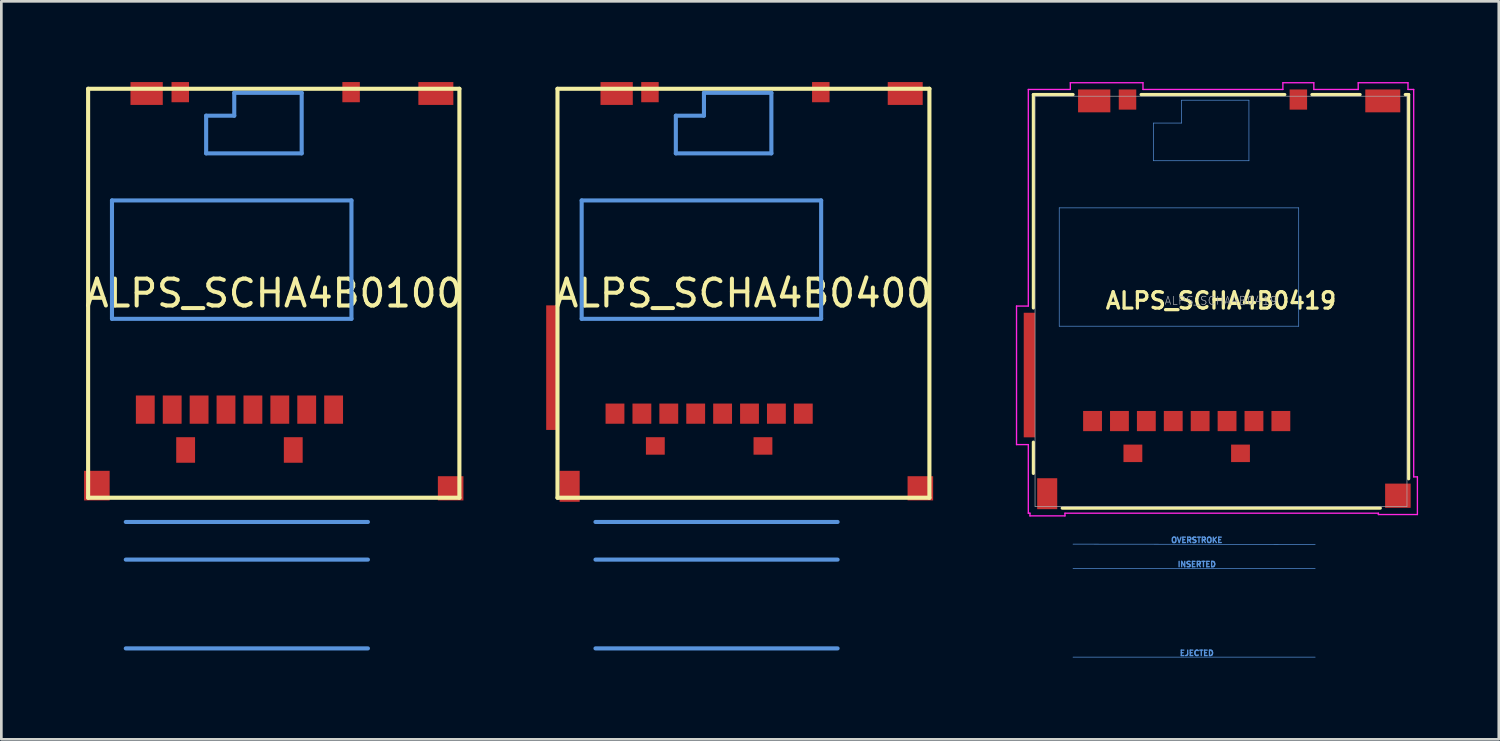
<source format=kicad_pcb>
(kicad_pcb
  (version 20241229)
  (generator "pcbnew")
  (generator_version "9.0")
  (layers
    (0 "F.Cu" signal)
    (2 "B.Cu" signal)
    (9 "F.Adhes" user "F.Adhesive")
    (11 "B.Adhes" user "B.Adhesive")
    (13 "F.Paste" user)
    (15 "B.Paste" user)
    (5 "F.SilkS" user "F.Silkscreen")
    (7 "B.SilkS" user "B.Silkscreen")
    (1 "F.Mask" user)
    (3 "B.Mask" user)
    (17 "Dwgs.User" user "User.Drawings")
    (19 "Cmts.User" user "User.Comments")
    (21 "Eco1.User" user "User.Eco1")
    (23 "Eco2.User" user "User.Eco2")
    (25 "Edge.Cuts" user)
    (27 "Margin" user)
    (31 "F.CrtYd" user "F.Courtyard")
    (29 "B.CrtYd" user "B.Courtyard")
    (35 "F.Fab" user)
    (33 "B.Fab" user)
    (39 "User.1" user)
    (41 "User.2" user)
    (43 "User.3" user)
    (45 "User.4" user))
  (footprint "ALPS_SCHA4B0400"
    (layer "F.Cu")
    (at 24.583 7.85)
    (property "Reference" "ALPS_SCHA4B0400" (at 0 0 0) (layer "F.SilkS") (effects (font (size 1 1) (thickness 0.15))))
    (attr through_hole)
    (fp_line (start -6.912 -7.6) (end 6.912 -7.6) (stroke (width 0.152) (type solid)) (layer "F.SilkS"))
    (fp_line (start -6.912 7.6) (end -6.912 -7.6) (stroke (width 0.152) (type solid)) (layer "F.SilkS"))
    (fp_line (start 6.912 -7.6) (end 6.912 7.6) (stroke (width 0.152) (type solid)) (layer "F.SilkS"))
    (fp_line (start 6.912 7.6) (end -6.912 7.6) (stroke (width 0.152) (type solid)) (layer "F.SilkS"))
    (fp_line (start -6.013 -3.45) (end 2.888 -3.45) (stroke (width 0.152) (type solid)) (layer "Cmts.User"))
    (fp_line (start -6.013 0.95) (end -6.013 -3.45) (stroke (width 0.152) (type solid)) (layer "Cmts.User"))
    (fp_line (start -5.5 8.5) (end 3.5 8.5) (stroke (width 0.152) (type solid)) (layer "Cmts.User"))
    (fp_line (start -5.5 9.9) (end 3.5 9.9) (stroke (width 0.152) (type solid)) (layer "Cmts.User"))
    (fp_line (start -5.5 13.2) (end 3.5 13.2) (stroke (width 0.152) (type solid)) (layer "Cmts.User"))
    (fp_line (start -2.513 -6.6) (end -2.513 -5.2) (stroke (width 0.152) (type solid)) (layer "Cmts.User"))
    (fp_line (start -2.513 -5.2) (end 1.038 -5.2) (stroke (width 0.152) (type solid)) (layer "Cmts.User"))
    (fp_line (start -1.468 -7.45) (end -1.468 -6.6) (stroke (width 0.152) (type solid)) (layer "Cmts.User"))
    (fp_line (start -1.468 -6.6) (end -2.513 -6.6) (stroke (width 0.152) (type solid)) (layer "Cmts.User"))
    (fp_line (start 1.038 -7.45) (end -1.468 -7.45) (stroke (width 0.152) (type solid)) (layer "Cmts.User"))
    (fp_line (start 1.038 -5.2) (end 1.038 -7.45) (stroke (width 0.152) (type solid)) (layer "Cmts.User"))
    (fp_line (start 2.888 -3.45) (end 2.888 0.95) (stroke (width 0.152) (type solid)) (layer "Cmts.User"))
    (fp_line (start 2.888 0.95) (end -6.013 0.95) (stroke (width 0.152) (type solid)) (layer "Cmts.User"))
    (pad "0" smd rect (at -3.275 5.675) (size 0.7 0.65) (layers "F.Cu" "F.Mask" "F.Paste"))
    (pad "0" smd rect (at 0.725 5.675) (size 0.7 0.65) (layers "F.Cu" "F.Mask" "F.Paste"))
    (pad "1" smd rect (at 2.225 4.475) (size 0.7 0.75) (layers "F.Cu" "F.Mask" "F.Paste"))
    (pad "2" smd rect (at 1.225 4.475) (size 0.7 0.75) (layers "F.Cu" "F.Mask" "F.Paste"))
    (pad "3" smd rect (at 0.225 4.475) (size 0.7 0.75) (layers "F.Cu" "F.Mask" "F.Paste"))
    (pad "4" smd rect (at -0.775 4.475) (size 0.7 0.75) (layers "F.Cu" "F.Mask" "F.Paste"))
    (pad "5" smd rect (at -1.775 4.475) (size 0.7 0.75) (layers "F.Cu" "F.Mask" "F.Paste"))
    (pad "6" smd rect (at -2.775 4.475) (size 0.7 0.75) (layers "F.Cu" "F.Mask" "F.Paste"))
    (pad "7" smd rect (at -3.775 4.475) (size 0.7 0.75) (layers "F.Cu" "F.Mask" "F.Paste"))
    (pad "8" smd rect (at -4.775 4.475) (size 0.7 0.75) (layers "F.Cu" "F.Mask" "F.Paste"))
    (pad "A" smd rect (at -3.475 -7.475) (size 0.65 0.75) (layers "F.Cu" "F.Mask" "F.Paste"))
    (pad "B" smd rect (at 2.875 -7.475) (size 0.65 0.75) (layers "F.Cu" "F.Mask" "F.Paste"))
    (pad "SH" smd rect (at -7.122 2.765) (size 0.42 4.63) (layers "F.Cu" "F.Mask" "F.Paste"))
    (pad "SH" smd rect (at -6.46 7.175) (size 0.745 1.15) (layers "F.Cu" "F.Mask" "F.Paste"))
    (pad "SH" smd rect (at -4.713 -7.425) (size 1.2 0.85) (layers "F.Cu" "F.Mask" "F.Paste"))
    (pad "SH" smd rect (at 6.013 -7.425) (size 1.3 0.85) (layers "F.Cu" "F.Mask" "F.Paste"))
    (pad "SH" smd rect (at 6.575 7.25) (size 0.95 0.9) (layers "F.Cu" "F.Mask" "F.Paste")))
  (footprint "ALPS_SCHA4B0100"
    (layer "F.Cu")
    (at 7.125 7.85)
    (property "Reference" "ALPS_SCHA4B0100" (at 0 0 0) (layer "F.SilkS") (effects (font (size 1 1) (thickness 0.15))))
    (attr through_hole)
    (fp_line (start -6.9 -7.6) (end 6.9 -7.6) (stroke (width 0.152) (type solid)) (layer "F.SilkS"))
    (fp_line (start -6.9 7.6) (end -6.9 -7.6) (stroke (width 0.152) (type solid)) (layer "F.SilkS"))
    (fp_line (start 6.9 -7.6) (end 6.9 7.6) (stroke (width 0.152) (type solid)) (layer "F.SilkS"))
    (fp_line (start 6.9 7.6) (end -6.9 7.6) (stroke (width 0.152) (type solid)) (layer "F.SilkS"))
    (fp_line (start -6.013 -3.45) (end 2.888 -3.45) (stroke (width 0.152) (type solid)) (layer "Cmts.User"))
    (fp_line (start -6.013 0.95) (end -6.013 -3.45) (stroke (width 0.152) (type solid)) (layer "Cmts.User"))
    (fp_line (start -5.5 8.5) (end 3.5 8.5) (stroke (width 0.152) (type solid)) (layer "Cmts.User"))
    (fp_line (start -5.5 9.9) (end 3.5 9.9) (stroke (width 0.152) (type solid)) (layer "Cmts.User"))
    (fp_line (start -5.5 13.2) (end 3.5 13.2) (stroke (width 0.152) (type solid)) (layer "Cmts.User"))
    (fp_line (start -2.513 -6.6) (end -2.513 -5.2) (stroke (width 0.152) (type solid)) (layer "Cmts.User"))
    (fp_line (start -2.513 -5.2) (end 1.038 -5.2) (stroke (width 0.152) (type solid)) (layer "Cmts.User"))
    (fp_line (start -1.468 -7.45) (end -1.468 -6.6) (stroke (width 0.152) (type solid)) (layer "Cmts.User"))
    (fp_line (start -1.468 -6.6) (end -2.513 -6.6) (stroke (width 0.152) (type solid)) (layer "Cmts.User"))
    (fp_line (start 1.038 -7.45) (end -1.468 -7.45) (stroke (width 0.152) (type solid)) (layer "Cmts.User"))
    (fp_line (start 1.038 -5.2) (end 1.038 -7.45) (stroke (width 0.152) (type solid)) (layer "Cmts.User"))
    (fp_line (start 2.888 -3.45) (end 2.888 0.95) (stroke (width 0.152) (type solid)) (layer "Cmts.User"))
    (fp_line (start 2.888 0.95) (end -6.013 0.95) (stroke (width 0.152) (type solid)) (layer "Cmts.User"))
    (pad "0" smd rect (at -3.275 5.825) (size 0.7 0.95) (layers "F.Cu" "F.Mask" "F.Paste"))
    (pad "0" smd rect (at 0.725 5.825) (size 0.7 0.95) (layers "F.Cu" "F.Mask" "F.Paste"))
    (pad "1" smd rect (at 2.225 4.325) (size 0.7 1.05) (layers "F.Cu" "F.Mask" "F.Paste"))
    (pad "2" smd rect (at 1.225 4.325) (size 0.7 1.05) (layers "F.Cu" "F.Mask" "F.Paste"))
    (pad "3" smd rect (at 0.225 4.325) (size 0.7 1.05) (layers "F.Cu" "F.Mask" "F.Paste"))
    (pad "4" smd rect (at -0.775 4.325) (size 0.7 1.05) (layers "F.Cu" "F.Mask" "F.Paste"))
    (pad "5" smd rect (at -1.775 4.325) (size 0.7 1.05) (layers "F.Cu" "F.Mask" "F.Paste"))
    (pad "6" smd rect (at -2.775 4.325) (size 0.7 1.05) (layers "F.Cu" "F.Mask" "F.Paste"))
    (pad "7" smd rect (at -3.775 4.325) (size 0.7 1.05) (layers "F.Cu" "F.Mask" "F.Paste"))
    (pad "8" smd rect (at -4.775 4.325) (size 0.7 1.05) (layers "F.Cu" "F.Mask" "F.Paste"))
    (pad "A" smd rect (at -3.475 -7.475) (size 0.65 0.75) (layers "F.Cu" "F.Mask" "F.Paste"))
    (pad "B" smd rect (at 2.875 -7.475) (size 0.65 0.75) (layers "F.Cu" "F.Mask" "F.Paste"))
    (pad "SH" smd rect (at -6.575 7.15) (size 0.95 1.1) (layers "F.Cu" "F.Mask" "F.Paste"))
    (pad "SH" smd rect (at -4.725 -7.425) (size 1.2 0.85) (layers "F.Cu" "F.Mask" "F.Paste"))
    (pad "SH" smd rect (at 6.025 -7.425) (size 1.3 0.85) (layers "F.Cu" "F.Mask" "F.Paste"))
    (pad "SH" smd rect (at 6.575 7.25) (size 0.95 0.9) (layers "F.Cu" "F.Mask" "F.Paste")))
  (footprint "ALPS_SCHA4B0419"
    (layer "F.Cu")
    (at 42.333 8.125)
    (property "Reference" "ALPS_SCHA4B0419" (at 0 0 0) (layer "F.SilkS") (effects (font (size 0.61 0.61) (thickness 0.12))))
    (attr through_hole)
    (fp_line (start -6.973 -7.66) (end -5.5 -7.66) (stroke (width 0.12) (type solid)) (layer "F.SilkS"))
    (fp_line (start -6.973 0.27) (end -6.973 -7.66) (stroke (width 0.12) (type solid)) (layer "F.SilkS"))
    (fp_line (start -6.973 6.42) (end -6.973 5.26) (stroke (width 0.12) (type solid)) (layer "F.SilkS"))
    (fp_line (start -2.97 -7.66) (end 2.37 -7.66) (stroke (width 0.12) (type solid)) (layer "F.SilkS"))
    (fp_line (start 3.38 -7.66) (end 5.17 -7.66) (stroke (width 0.12) (type solid)) (layer "F.SilkS"))
    (fp_line (start 5.92 7.71) (end -5.9 7.71) (stroke (width 0.12) (type solid)) (layer "F.SilkS"))
    (fp_line (start 6.973 -7.66) (end 6.85 -7.66) (stroke (width 0.12) (type solid)) (layer "F.SilkS"))
    (fp_line (start 6.973 -7.66) (end 6.973 6.62) (stroke (width 0.12) (type solid)) (layer "F.SilkS"))
    (fp_line (start -6.013 -3.45) (end 2.888 -3.45) (stroke (width 0.025) (type solid)) (layer "Cmts.User"))
    (fp_line (start -6.013 0.95) (end -6.013 -3.45) (stroke (width 0.025) (type solid)) (layer "Cmts.User"))
    (fp_line (start -5.5 9.05) (end 3.5 9.06) (stroke (width 0.025) (type solid)) (layer "Cmts.User"))
    (fp_line (start -5.5 9.95) (end 3.5 9.95) (stroke (width 0.025) (type solid)) (layer "Cmts.User"))
    (fp_line (start -5.5 13.25) (end 3.5 13.25) (stroke (width 0.025) (type solid)) (layer "Cmts.User"))
    (fp_line (start -2.513 -6.6) (end -2.513 -5.2) (stroke (width 0.025) (type solid)) (layer "Cmts.User"))
    (fp_line (start -2.513 -5.2) (end 1.038 -5.2) (stroke (width 0.025) (type solid)) (layer "Cmts.User"))
    (fp_line (start -1.468 -7.45) (end -1.468 -6.6) (stroke (width 0.025) (type solid)) (layer "Cmts.User"))
    (fp_line (start -1.468 -6.6) (end -2.513 -6.6) (stroke (width 0.025) (type solid)) (layer "Cmts.User"))
    (fp_line (start 1.038 -7.45) (end -1.468 -7.45) (stroke (width 0.025) (type solid)) (layer "Cmts.User"))
    (fp_line (start 1.038 -5.2) (end 1.038 -7.45) (stroke (width 0.025) (type solid)) (layer "Cmts.User"))
    (fp_line (start 2.888 -3.45) (end 2.888 0.95) (stroke (width 0.025) (type solid)) (layer "Cmts.User"))
    (fp_line (start 2.888 0.95) (end -6.013 0.95) (stroke (width 0.025) (type solid)) (layer "Cmts.User"))
    (fp_line (start -7.6 0.2) (end -7.6 5.35) (stroke (width 0.05) (type solid)) (layer "F.CrtYd"))
    (fp_line (start -7.6 5.35) (end -7.162 5.35) (stroke (width 0.05) (type solid)) (layer "F.CrtYd"))
    (fp_line (start -7.162 -7.85) (end -7.162 0.2) (stroke (width 0.05) (type solid)) (layer "F.CrtYd"))
    (fp_line (start -7.162 0.2) (end -7.6 0.2) (stroke (width 0.05) (type solid)) (layer "F.CrtYd"))
    (fp_line (start -7.162 5.35) (end -7.162 7.9) (stroke (width 0.05) (type solid)) (layer "F.CrtYd"))
    (fp_line (start -7.162 7.9) (end -7.1 7.9) (stroke (width 0.05) (type solid)) (layer "F.CrtYd"))
    (fp_line (start -7.1 7.9) (end -7.1 8) (stroke (width 0.05) (type solid)) (layer "F.CrtYd"))
    (fp_line (start -7.1 8) (end -5.8 8) (stroke (width 0.05) (type solid)) (layer "F.CrtYd"))
    (fp_line (start -5.8 7.9) (end 5.85 7.9) (stroke (width 0.05) (type solid)) (layer "F.CrtYd"))
    (fp_line (start -5.8 8) (end -5.8 7.9) (stroke (width 0.05) (type solid)) (layer "F.CrtYd"))
    (fp_line (start -5.6 -8.1) (end -5.6 -7.85) (stroke (width 0.05) (type solid)) (layer "F.CrtYd"))
    (fp_line (start -5.6 -7.85) (end -7.162 -7.85) (stroke (width 0.05) (type solid)) (layer "F.CrtYd"))
    (fp_line (start -2.9 -8.1) (end -5.6 -8.1) (stroke (width 0.05) (type solid)) (layer "F.CrtYd"))
    (fp_line (start -2.9 -7.85) (end -2.9 -8.1) (stroke (width 0.05) (type solid)) (layer "F.CrtYd"))
    (fp_line (start 2.3 -8.1) (end 2.3 -7.85) (stroke (width 0.05) (type solid)) (layer "F.CrtYd"))
    (fp_line (start 2.3 -7.85) (end -2.9 -7.85) (stroke (width 0.05) (type solid)) (layer "F.CrtYd"))
    (fp_line (start 3.45 -8.1) (end 2.3 -8.1) (stroke (width 0.05) (type solid)) (layer "F.CrtYd"))
    (fp_line (start 3.45 -7.85) (end 3.45 -8.1) (stroke (width 0.05) (type solid)) (layer "F.CrtYd"))
    (fp_line (start 5.1 -8.1) (end 5.1 -7.85) (stroke (width 0.05) (type solid)) (layer "F.CrtYd"))
    (fp_line (start 5.1 -7.85) (end 3.45 -7.85) (stroke (width 0.05) (type solid)) (layer "F.CrtYd"))
    (fp_line (start 5.85 7.9) (end 5.85 7.95) (stroke (width 0.05) (type solid)) (layer "F.CrtYd"))
    (fp_line (start 5.85 7.95) (end 7.3 7.95) (stroke (width 0.05) (type solid)) (layer "F.CrtYd"))
    (fp_line (start 6.95 -8.1) (end 5.1 -8.1) (stroke (width 0.05) (type solid)) (layer "F.CrtYd"))
    (fp_line (start 6.95 -7.85) (end 6.95 -8.1) (stroke (width 0.05) (type solid)) (layer "F.CrtYd"))
    (fp_line (start 7.162 -7.85) (end 6.95 -7.85) (stroke (width 0.05) (type solid)) (layer "F.CrtYd"))
    (fp_line (start 7.162 6.55) (end 7.162 -7.85) (stroke (width 0.05) (type solid)) (layer "F.CrtYd"))
    (fp_line (start 7.3 6.55) (end 7.162 6.55) (stroke (width 0.05) (type solid)) (layer "F.CrtYd"))
    (fp_line (start 7.3 7.95) (end 7.3 6.55) (stroke (width 0.05) (type solid)) (layer "F.CrtYd"))
    (fp_line (start -6.912 -7.6) (end 6.912 -7.6) (stroke (width 0.025) (type solid)) (layer "F.Fab"))
    (fp_line (start -6.912 7.65) (end -6.912 -7.6) (stroke (width 0.025) (type solid)) (layer "F.Fab"))
    (fp_line (start 6.912 -7.6) (end 6.912 7.65) (stroke (width 0.025) (type solid)) (layer "F.Fab"))
    (fp_line (start 6.912 7.65) (end -6.912 7.65) (stroke (width 0.025) (type solid)) (layer "F.Fab"))
    (fp_text user "INSERTED" (at -0.9 9.8 0) (layer "Cmts.User") (effects (font (size 0.2 0.2) (thickness 0.05))))
    (fp_text user "EJECTED" (at -0.9 13.1 0) (layer "Cmts.User") (effects (font (size 0.2 0.2) (thickness 0.05))))
    (fp_text user "OVERSTROKE" (at -0.9 8.9 0) (layer "Cmts.User") (effects (font (size 0.2 0.2) (thickness 0.05))))
    (fp_text user "${REFERENCE}" (at 0 0 0) (layer "F.Fab") (effects (font (size 0.3 0.3) (thickness 0.025))))
    (pad "0" smd rect (at -3.275 5.675) (size 0.7 0.65) (layers "F.Cu" "F.Mask" "F.Paste"))
    (pad "0" smd rect (at 0.725 5.675) (size 0.7 0.65) (layers "F.Cu" "F.Mask" "F.Paste"))
    (pad "1" smd rect (at 2.225 4.475) (size 0.7 0.75) (layers "F.Cu" "F.Mask" "F.Paste"))
    (pad "2" smd rect (at 1.225 4.475) (size 0.7 0.75) (layers "F.Cu" "F.Mask" "F.Paste"))
    (pad "3" smd rect (at 0.225 4.475) (size 0.7 0.75) (layers "F.Cu" "F.Mask" "F.Paste"))
    (pad "4" smd rect (at -0.775 4.475) (size 0.7 0.75) (layers "F.Cu" "F.Mask" "F.Paste"))
    (pad "5" smd rect (at -1.775 4.475) (size 0.7 0.75) (layers "F.Cu" "F.Mask" "F.Paste"))
    (pad "6" smd rect (at -2.775 4.475) (size 0.7 0.75) (layers "F.Cu" "F.Mask" "F.Paste"))
    (pad "7" smd rect (at -3.775 4.475) (size 0.7 0.75) (layers "F.Cu" "F.Mask" "F.Paste"))
    (pad "8" smd rect (at -4.775 4.475) (size 0.7 0.75) (layers "F.Cu" "F.Mask" "F.Paste"))
    (pad "A" smd rect (at -3.475 -7.475) (size 0.65 0.75) (layers "F.Cu" "F.Mask" "F.Paste"))
    (pad "B" smd rect (at 2.875 -7.475) (size 0.65 0.75) (layers "F.Cu" "F.Mask" "F.Paste"))
    (pad "SH" smd rect (at -7.122 2.765) (size 0.42 4.63) (layers "F.Cu" "F.Mask" "F.Paste"))
    (pad "SH" smd rect (at -6.46 7.175) (size 0.745 1.15) (layers "F.Cu" "F.Mask" "F.Paste"))
    (pad "SH" smd rect (at -4.713 -7.425) (size 1.2 0.85) (layers "F.Cu" "F.Mask" "F.Paste"))
    (pad "SH" smd rect (at 6.013 -7.425) (size 1.3 0.85) (layers "F.Cu" "F.Mask" "F.Paste"))
    (pad "SH" smd rect (at 6.575 7.25) (size 0.95 0.9) (layers "F.Cu" "F.Mask" "F.Paste")))
  (gr_rect
    (start -3 -3)
    (end 52.658 24.43)
    (stroke (width 0.1) (type default))
    (fill no)
    (layer "Edge.Cuts")))
</source>
